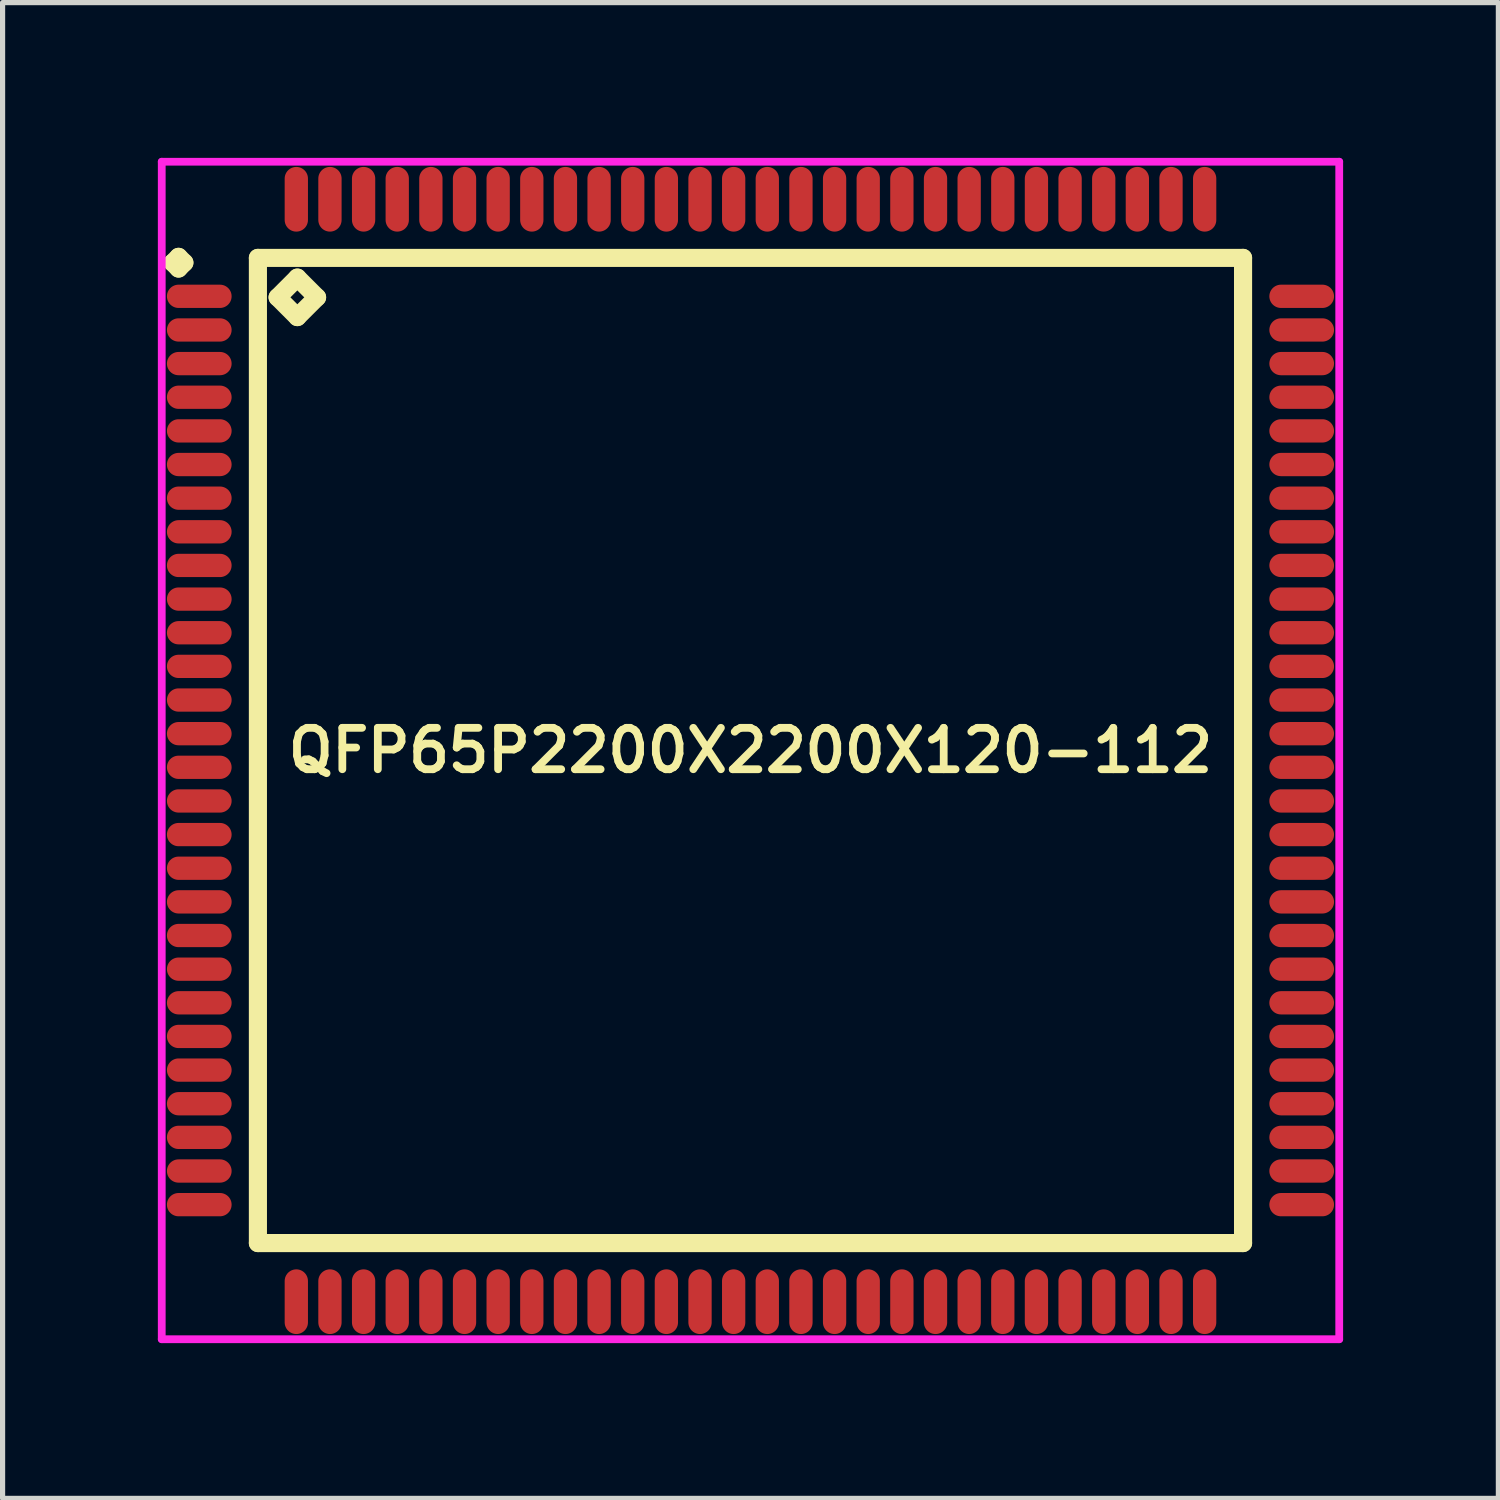
<source format=kicad_pcb>
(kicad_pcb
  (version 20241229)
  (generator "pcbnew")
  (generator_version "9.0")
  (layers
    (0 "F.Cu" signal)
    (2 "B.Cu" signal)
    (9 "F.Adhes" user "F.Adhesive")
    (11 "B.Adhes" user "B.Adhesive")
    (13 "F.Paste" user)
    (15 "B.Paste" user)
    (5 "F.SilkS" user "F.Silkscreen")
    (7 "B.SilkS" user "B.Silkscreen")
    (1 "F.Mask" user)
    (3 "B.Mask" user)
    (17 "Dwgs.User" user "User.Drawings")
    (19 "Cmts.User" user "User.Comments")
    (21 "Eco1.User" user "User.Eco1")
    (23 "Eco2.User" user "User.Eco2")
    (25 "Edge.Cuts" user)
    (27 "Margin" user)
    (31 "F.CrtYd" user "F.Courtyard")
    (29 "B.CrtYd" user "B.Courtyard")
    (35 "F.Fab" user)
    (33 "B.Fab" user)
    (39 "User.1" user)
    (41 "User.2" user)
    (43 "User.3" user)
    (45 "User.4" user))
  (footprint "QFP65P2200X2200X120-112"
    (layer "F.Cu")
    (at 11.45 11.45)
    (property "Reference" "QFP65P2200X2200X120-112" (at 0 0 0) (layer "F.SilkS") (effects (font (size 0.8 0.8) (thickness 0.15))))
    (attr smd)
    (fp_line (start -11.162 -9.425) (end -11.05 -9.537) (stroke (width 0.35) (type solid)) (layer "F.SilkS"))
    (fp_line (start -11.05 -9.537) (end -10.938 -9.425) (stroke (width 0.35) (type solid)) (layer "F.SilkS"))
    (fp_line (start -11.05 -9.312) (end -11.162 -9.425) (stroke (width 0.35) (type solid)) (layer "F.SilkS"))
    (fp_line (start -10.938 -9.425) (end -11.05 -9.312) (stroke (width 0.35) (type solid)) (layer "F.SilkS"))
    (fp_line (start -9.517 -9.517) (end -9.517 9.517) (stroke (width 0.35) (type solid)) (layer "F.SilkS"))
    (fp_line (start -9.517 9.517) (end 9.517 9.517) (stroke (width 0.35) (type solid)) (layer "F.SilkS"))
    (fp_line (start -9.136 -8.755) (end -8.755 -9.136) (stroke (width 0.35) (type solid)) (layer "F.SilkS"))
    (fp_line (start -8.755 -9.136) (end -8.374 -8.755) (stroke (width 0.35) (type solid)) (layer "F.SilkS"))
    (fp_line (start -8.755 -8.374) (end -9.136 -8.755) (stroke (width 0.35) (type solid)) (layer "F.SilkS"))
    (fp_line (start -8.374 -8.755) (end -8.755 -8.374) (stroke (width 0.35) (type solid)) (layer "F.SilkS"))
    (fp_line (start 9.517 -9.517) (end -9.517 -9.517) (stroke (width 0.35) (type solid)) (layer "F.SilkS"))
    (fp_line (start 9.517 9.517) (end 9.517 -9.517) (stroke (width 0.35) (type solid)) (layer "F.SilkS"))
    (fp_line (start -11.375 -11.375) (end 11.375 -11.375) (stroke (width 0.15) (type solid)) (layer "F.CrtYd"))
    (fp_line (start -11.375 11.375) (end -11.375 -11.375) (stroke (width 0.15) (type solid)) (layer "F.CrtYd"))
    (fp_line (start 11.375 -11.375) (end 11.375 11.375) (stroke (width 0.15) (type solid)) (layer "F.CrtYd"))
    (fp_line (start 11.375 11.375) (end -11.375 11.375) (stroke (width 0.15) (type solid)) (layer "F.CrtYd"))
    (pad "1" smd oval (at -10.65 -8.775) (size 1.25 0.45) (layers "F.Cu" "F.Mask" "F.Paste"))
    (pad "2" smd oval (at -10.65 -8.125) (size 1.25 0.45) (layers "F.Cu" "F.Mask" "F.Paste"))
    (pad "3" smd oval (at -10.65 -7.475) (size 1.25 0.45) (layers "F.Cu" "F.Mask" "F.Paste"))
    (pad "4" smd oval (at -10.65 -6.825) (size 1.25 0.45) (layers "F.Cu" "F.Mask" "F.Paste"))
    (pad "5" smd oval (at -10.65 -6.175) (size 1.25 0.45) (layers "F.Cu" "F.Mask" "F.Paste"))
    (pad "6" smd oval (at -10.65 -5.525) (size 1.25 0.45) (layers "F.Cu" "F.Mask" "F.Paste"))
    (pad "7" smd oval (at -10.65 -4.875) (size 1.25 0.45) (layers "F.Cu" "F.Mask" "F.Paste"))
    (pad "8" smd oval (at -10.65 -4.225) (size 1.25 0.45) (layers "F.Cu" "F.Mask" "F.Paste"))
    (pad "9" smd oval (at -10.65 -3.575) (size 1.25 0.45) (layers "F.Cu" "F.Mask" "F.Paste"))
    (pad "10" smd oval (at -10.65 -2.925) (size 1.25 0.45) (layers "F.Cu" "F.Mask" "F.Paste"))
    (pad "11" smd oval (at -10.65 -2.275) (size 1.25 0.45) (layers "F.Cu" "F.Mask" "F.Paste"))
    (pad "12" smd oval (at -10.65 -1.625) (size 1.25 0.45) (layers "F.Cu" "F.Mask" "F.Paste"))
    (pad "13" smd oval (at -10.65 -0.975) (size 1.25 0.45) (layers "F.Cu" "F.Mask" "F.Paste"))
    (pad "14" smd oval (at -10.65 -0.325) (size 1.25 0.45) (layers "F.Cu" "F.Mask" "F.Paste"))
    (pad "15" smd oval (at -10.65 0.325) (size 1.25 0.45) (layers "F.Cu" "F.Mask" "F.Paste"))
    (pad "16" smd oval (at -10.65 0.975) (size 1.25 0.45) (layers "F.Cu" "F.Mask" "F.Paste"))
    (pad "17" smd oval (at -10.65 1.625) (size 1.25 0.45) (layers "F.Cu" "F.Mask" "F.Paste"))
    (pad "18" smd oval (at -10.65 2.275) (size 1.25 0.45) (layers "F.Cu" "F.Mask" "F.Paste"))
    (pad "19" smd oval (at -10.65 2.925) (size 1.25 0.45) (layers "F.Cu" "F.Mask" "F.Paste"))
    (pad "20" smd oval (at -10.65 3.575) (size 1.25 0.45) (layers "F.Cu" "F.Mask" "F.Paste"))
    (pad "21" smd oval (at -10.65 4.225) (size 1.25 0.45) (layers "F.Cu" "F.Mask" "F.Paste"))
    (pad "22" smd oval (at -10.65 4.875) (size 1.25 0.45) (layers "F.Cu" "F.Mask" "F.Paste"))
    (pad "23" smd oval (at -10.65 5.525) (size 1.25 0.45) (layers "F.Cu" "F.Mask" "F.Paste"))
    (pad "24" smd oval (at -10.65 6.175) (size 1.25 0.45) (layers "F.Cu" "F.Mask" "F.Paste"))
    (pad "25" smd oval (at -10.65 6.825) (size 1.25 0.45) (layers "F.Cu" "F.Mask" "F.Paste"))
    (pad "26" smd oval (at -10.65 7.475) (size 1.25 0.45) (layers "F.Cu" "F.Mask" "F.Paste"))
    (pad "27" smd oval (at -10.65 8.125) (size 1.25 0.45) (layers "F.Cu" "F.Mask" "F.Paste"))
    (pad "28" smd oval (at -10.65 8.775) (size 1.25 0.45) (layers "F.Cu" "F.Mask" "F.Paste"))
    (pad "29" smd oval (at -8.775 10.65) (size 0.45 1.25) (layers "F.Cu" "F.Mask" "F.Paste"))
    (pad "30" smd oval (at -8.125 10.65) (size 0.45 1.25) (layers "F.Cu" "F.Mask" "F.Paste"))
    (pad "31" smd oval (at -7.475 10.65) (size 0.45 1.25) (layers "F.Cu" "F.Mask" "F.Paste"))
    (pad "32" smd oval (at -6.825 10.65) (size 0.45 1.25) (layers "F.Cu" "F.Mask" "F.Paste"))
    (pad "33" smd oval (at -6.175 10.65) (size 0.45 1.25) (layers "F.Cu" "F.Mask" "F.Paste"))
    (pad "34" smd oval (at -5.525 10.65) (size 0.45 1.25) (layers "F.Cu" "F.Mask" "F.Paste"))
    (pad "35" smd oval (at -4.875 10.65) (size 0.45 1.25) (layers "F.Cu" "F.Mask" "F.Paste"))
    (pad "36" smd oval (at -4.225 10.65) (size 0.45 1.25) (layers "F.Cu" "F.Mask" "F.Paste"))
    (pad "37" smd oval (at -3.575 10.65) (size 0.45 1.25) (layers "F.Cu" "F.Mask" "F.Paste"))
    (pad "38" smd oval (at -2.925 10.65) (size 0.45 1.25) (layers "F.Cu" "F.Mask" "F.Paste"))
    (pad "39" smd oval (at -2.275 10.65) (size 0.45 1.25) (layers "F.Cu" "F.Mask" "F.Paste"))
    (pad "40" smd oval (at -1.625 10.65) (size 0.45 1.25) (layers "F.Cu" "F.Mask" "F.Paste"))
    (pad "41" smd oval (at -0.975 10.65) (size 0.45 1.25) (layers "F.Cu" "F.Mask" "F.Paste"))
    (pad "42" smd oval (at -0.325 10.65) (size 0.45 1.25) (layers "F.Cu" "F.Mask" "F.Paste"))
    (pad "43" smd oval (at 0.325 10.65) (size 0.45 1.25) (layers "F.Cu" "F.Mask" "F.Paste"))
    (pad "44" smd oval (at 0.975 10.65) (size 0.45 1.25) (layers "F.Cu" "F.Mask" "F.Paste"))
    (pad "45" smd oval (at 1.625 10.65) (size 0.45 1.25) (layers "F.Cu" "F.Mask" "F.Paste"))
    (pad "46" smd oval (at 2.275 10.65) (size 0.45 1.25) (layers "F.Cu" "F.Mask" "F.Paste"))
    (pad "47" smd oval (at 2.925 10.65) (size 0.45 1.25) (layers "F.Cu" "F.Mask" "F.Paste"))
    (pad "48" smd oval (at 3.575 10.65) (size 0.45 1.25) (layers "F.Cu" "F.Mask" "F.Paste"))
    (pad "49" smd oval (at 4.225 10.65) (size 0.45 1.25) (layers "F.Cu" "F.Mask" "F.Paste"))
    (pad "50" smd oval (at 4.875 10.65) (size 0.45 1.25) (layers "F.Cu" "F.Mask" "F.Paste"))
    (pad "51" smd oval (at 5.525 10.65) (size 0.45 1.25) (layers "F.Cu" "F.Mask" "F.Paste"))
    (pad "52" smd oval (at 6.175 10.65) (size 0.45 1.25) (layers "F.Cu" "F.Mask" "F.Paste"))
    (pad "53" smd oval (at 6.825 10.65) (size 0.45 1.25) (layers "F.Cu" "F.Mask" "F.Paste"))
    (pad "54" smd oval (at 7.475 10.65) (size 0.45 1.25) (layers "F.Cu" "F.Mask" "F.Paste"))
    (pad "55" smd oval (at 8.125 10.65) (size 0.45 1.25) (layers "F.Cu" "F.Mask" "F.Paste"))
    (pad "56" smd oval (at 8.775 10.65) (size 0.45 1.25) (layers "F.Cu" "F.Mask" "F.Paste"))
    (pad "57" smd oval (at 10.65 8.775) (size 1.25 0.45) (layers "F.Cu" "F.Mask" "F.Paste"))
    (pad "58" smd oval (at 10.65 8.125) (size 1.25 0.45) (layers "F.Cu" "F.Mask" "F.Paste"))
    (pad "59" smd oval (at 10.65 7.475) (size 1.25 0.45) (layers "F.Cu" "F.Mask" "F.Paste"))
    (pad "60" smd oval (at 10.65 6.825) (size 1.25 0.45) (layers "F.Cu" "F.Mask" "F.Paste"))
    (pad "61" smd oval (at 10.65 6.175) (size 1.25 0.45) (layers "F.Cu" "F.Mask" "F.Paste"))
    (pad "62" smd oval (at 10.65 5.525) (size 1.25 0.45) (layers "F.Cu" "F.Mask" "F.Paste"))
    (pad "63" smd oval (at 10.65 4.875) (size 1.25 0.45) (layers "F.Cu" "F.Mask" "F.Paste"))
    (pad "64" smd oval (at 10.65 4.225) (size 1.25 0.45) (layers "F.Cu" "F.Mask" "F.Paste"))
    (pad "65" smd oval (at 10.65 3.575) (size 1.25 0.45) (layers "F.Cu" "F.Mask" "F.Paste"))
    (pad "66" smd oval (at 10.65 2.925) (size 1.25 0.45) (layers "F.Cu" "F.Mask" "F.Paste"))
    (pad "67" smd oval (at 10.65 2.275) (size 1.25 0.45) (layers "F.Cu" "F.Mask" "F.Paste"))
    (pad "68" smd oval (at 10.65 1.625) (size 1.25 0.45) (layers "F.Cu" "F.Mask" "F.Paste"))
    (pad "69" smd oval (at 10.65 0.975) (size 1.25 0.45) (layers "F.Cu" "F.Mask" "F.Paste"))
    (pad "70" smd oval (at 10.65 0.325) (size 1.25 0.45) (layers "F.Cu" "F.Mask" "F.Paste"))
    (pad "71" smd oval (at 10.65 -0.325) (size 1.25 0.45) (layers "F.Cu" "F.Mask" "F.Paste"))
    (pad "72" smd oval (at 10.65 -0.975) (size 1.25 0.45) (layers "F.Cu" "F.Mask" "F.Paste"))
    (pad "73" smd oval (at 10.65 -1.625) (size 1.25 0.45) (layers "F.Cu" "F.Mask" "F.Paste"))
    (pad "74" smd oval (at 10.65 -2.275) (size 1.25 0.45) (layers "F.Cu" "F.Mask" "F.Paste"))
    (pad "75" smd oval (at 10.65 -2.925) (size 1.25 0.45) (layers "F.Cu" "F.Mask" "F.Paste"))
    (pad "76" smd oval (at 10.65 -3.575) (size 1.25 0.45) (layers "F.Cu" "F.Mask" "F.Paste"))
    (pad "77" smd oval (at 10.65 -4.225) (size 1.25 0.45) (layers "F.Cu" "F.Mask" "F.Paste"))
    (pad "78" smd oval (at 10.65 -4.875) (size 1.25 0.45) (layers "F.Cu" "F.Mask" "F.Paste"))
    (pad "79" smd oval (at 10.65 -5.525) (size 1.25 0.45) (layers "F.Cu" "F.Mask" "F.Paste"))
    (pad "80" smd oval (at 10.65 -6.175) (size 1.25 0.45) (layers "F.Cu" "F.Mask" "F.Paste"))
    (pad "81" smd oval (at 10.65 -6.825) (size 1.25 0.45) (layers "F.Cu" "F.Mask" "F.Paste"))
    (pad "82" smd oval (at 10.65 -7.475) (size 1.25 0.45) (layers "F.Cu" "F.Mask" "F.Paste"))
    (pad "83" smd oval (at 10.65 -8.125) (size 1.25 0.45) (layers "F.Cu" "F.Mask" "F.Paste"))
    (pad "84" smd oval (at 10.65 -8.775) (size 1.25 0.45) (layers "F.Cu" "F.Mask" "F.Paste"))
    (pad "85" smd oval (at 8.775 -10.65) (size 0.45 1.25) (layers "F.Cu" "F.Mask" "F.Paste"))
    (pad "86" smd oval (at 8.125 -10.65) (size 0.45 1.25) (layers "F.Cu" "F.Mask" "F.Paste"))
    (pad "87" smd oval (at 7.475 -10.65) (size 0.45 1.25) (layers "F.Cu" "F.Mask" "F.Paste"))
    (pad "88" smd oval (at 6.825 -10.65) (size 0.45 1.25) (layers "F.Cu" "F.Mask" "F.Paste"))
    (pad "89" smd oval (at 6.175 -10.65) (size 0.45 1.25) (layers "F.Cu" "F.Mask" "F.Paste"))
    (pad "90" smd oval (at 5.525 -10.65) (size 0.45 1.25) (layers "F.Cu" "F.Mask" "F.Paste"))
    (pad "91" smd oval (at 4.875 -10.65) (size 0.45 1.25) (layers "F.Cu" "F.Mask" "F.Paste"))
    (pad "92" smd oval (at 4.225 -10.65) (size 0.45 1.25) (layers "F.Cu" "F.Mask" "F.Paste"))
    (pad "93" smd oval (at 3.575 -10.65) (size 0.45 1.25) (layers "F.Cu" "F.Mask" "F.Paste"))
    (pad "94" smd oval (at 2.925 -10.65) (size 0.45 1.25) (layers "F.Cu" "F.Mask" "F.Paste"))
    (pad "95" smd oval (at 2.275 -10.65) (size 0.45 1.25) (layers "F.Cu" "F.Mask" "F.Paste"))
    (pad "96" smd oval (at 1.625 -10.65) (size 0.45 1.25) (layers "F.Cu" "F.Mask" "F.Paste"))
    (pad "97" smd oval (at 0.975 -10.65) (size 0.45 1.25) (layers "F.Cu" "F.Mask" "F.Paste"))
    (pad "98" smd oval (at 0.325 -10.65) (size 0.45 1.25) (layers "F.Cu" "F.Mask" "F.Paste"))
    (pad "99" smd oval (at -0.325 -10.65) (size 0.45 1.25) (layers "F.Cu" "F.Mask" "F.Paste"))
    (pad "100" smd oval (at -0.975 -10.65) (size 0.45 1.25) (layers "F.Cu" "F.Mask" "F.Paste"))
    (pad "101" smd oval (at -1.625 -10.65) (size 0.45 1.25) (layers "F.Cu" "F.Mask" "F.Paste"))
    (pad "102" smd oval (at -2.275 -10.65) (size 0.45 1.25) (layers "F.Cu" "F.Mask" "F.Paste"))
    (pad "103" smd oval (at -2.925 -10.65) (size 0.45 1.25) (layers "F.Cu" "F.Mask" "F.Paste"))
    (pad "104" smd oval (at -3.575 -10.65) (size 0.45 1.25) (layers "F.Cu" "F.Mask" "F.Paste"))
    (pad "105" smd oval (at -4.225 -10.65) (size 0.45 1.25) (layers "F.Cu" "F.Mask" "F.Paste"))
    (pad "106" smd oval (at -4.875 -10.65) (size 0.45 1.25) (layers "F.Cu" "F.Mask" "F.Paste"))
    (pad "107" smd oval (at -5.525 -10.65) (size 0.45 1.25) (layers "F.Cu" "F.Mask" "F.Paste"))
    (pad "108" smd oval (at -6.175 -10.65) (size 0.45 1.25) (layers "F.Cu" "F.Mask" "F.Paste"))
    (pad "109" smd oval (at -6.825 -10.65) (size 0.45 1.25) (layers "F.Cu" "F.Mask" "F.Paste"))
    (pad "110" smd oval (at -7.475 -10.65) (size 0.45 1.25) (layers "F.Cu" "F.Mask" "F.Paste"))
    (pad "111" smd oval (at -8.125 -10.65) (size 0.45 1.25) (layers "F.Cu" "F.Mask" "F.Paste"))
    (pad "112" smd oval (at -8.775 -10.65) (size 0.45 1.25) (layers "F.Cu" "F.Mask" "F.Paste")))
  (gr_rect
    (start -3 -3)
    (end 25.9 25.9)
    (stroke (width 0.1) (type default))
    (fill no)
    (layer "Edge.Cuts")))
</source>
